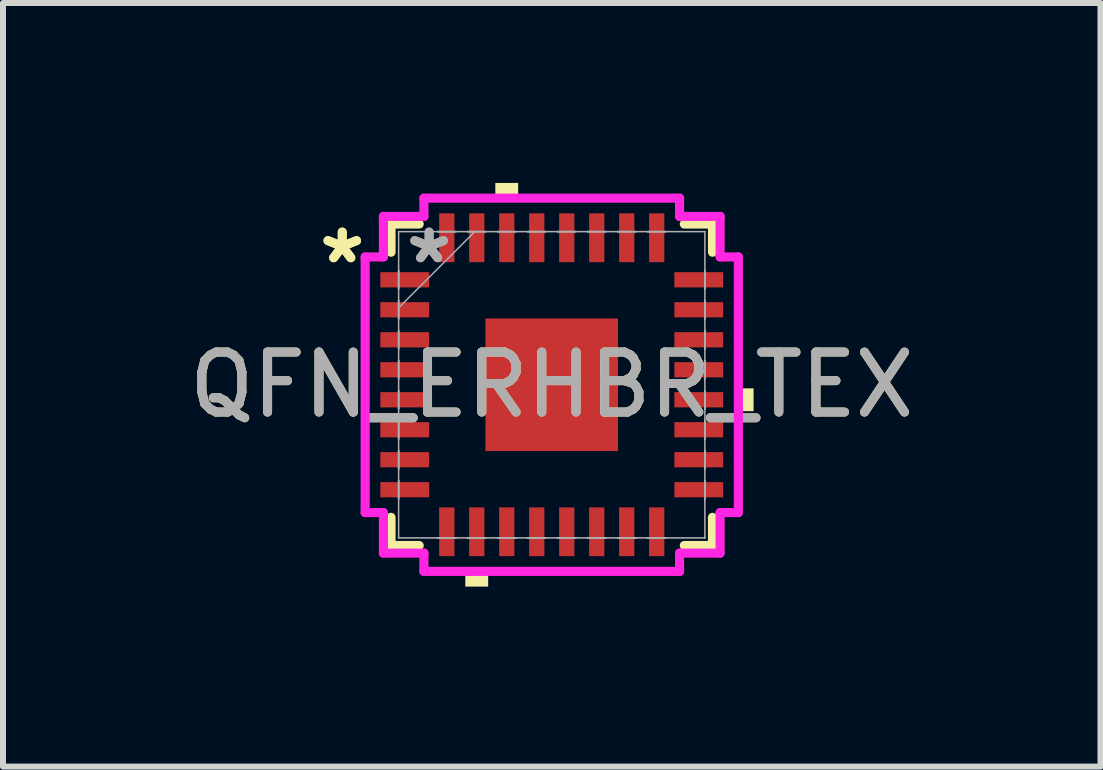
<source format=kicad_pcb>
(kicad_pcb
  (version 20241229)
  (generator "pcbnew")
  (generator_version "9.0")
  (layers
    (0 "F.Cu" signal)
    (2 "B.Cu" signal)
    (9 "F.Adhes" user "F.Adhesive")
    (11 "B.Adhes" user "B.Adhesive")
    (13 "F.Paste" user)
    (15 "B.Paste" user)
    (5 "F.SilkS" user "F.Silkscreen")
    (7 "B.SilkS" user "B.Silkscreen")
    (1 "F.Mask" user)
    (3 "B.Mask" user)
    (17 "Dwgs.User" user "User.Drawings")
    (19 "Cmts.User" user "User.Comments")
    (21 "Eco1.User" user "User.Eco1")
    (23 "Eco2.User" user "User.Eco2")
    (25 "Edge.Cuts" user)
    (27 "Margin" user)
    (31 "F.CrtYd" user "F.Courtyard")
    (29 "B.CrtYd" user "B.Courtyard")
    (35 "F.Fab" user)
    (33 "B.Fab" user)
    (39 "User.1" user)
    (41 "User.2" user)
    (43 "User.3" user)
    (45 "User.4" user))
  (footprint "QFN_ERHBR_TEX"
    (layer "F.Cu")
    (at 6.149 3.365)
    (property "Reference" "QFN_ERHBR_TEX" (at 0 0 0) (unlocked yes) (layer "F.SilkS") (effects (font (size 1 1) (thickness 0.15))))
    (attr smd)
    (fp_line (start -2.68 -2.68) (end -2.68 -2.21) (stroke (width 0.152) (type solid)) (layer "F.SilkS"))
    (fp_line (start -2.68 2.21) (end -2.68 2.68) (stroke (width 0.152) (type solid)) (layer "F.SilkS"))
    (fp_line (start -2.68 2.68) (end -2.21 2.68) (stroke (width 0.152) (type solid)) (layer "F.SilkS"))
    (fp_line (start -2.21 -2.68) (end -2.68 -2.68) (stroke (width 0.152) (type solid)) (layer "F.SilkS"))
    (fp_line (start 2.21 2.68) (end 2.68 2.68) (stroke (width 0.152) (type solid)) (layer "F.SilkS"))
    (fp_line (start 2.68 -2.68) (end 2.21 -2.68) (stroke (width 0.152) (type solid)) (layer "F.SilkS"))
    (fp_line (start 2.68 -2.21) (end 2.68 -2.68) (stroke (width 0.152) (type solid)) (layer "F.SilkS"))
    (fp_line (start 2.68 2.68) (end 2.68 2.21) (stroke (width 0.152) (type solid)) (layer "F.SilkS"))
    (fp_poly (pts (xy -1.441 3.111) (xy -1.441 3.365) (xy -1.06 3.365) (xy -1.06 3.111)) (stroke (width 0) (type solid)) (fill yes) (layer "F.SilkS"))
    (fp_poly (pts (xy -0.941 -3.111) (xy -0.941 -3.365) (xy -0.56 -3.365) (xy -0.56 -3.111)) (stroke (width 0) (type solid)) (fill yes) (layer "F.SilkS"))
    (fp_poly (pts (xy 3.365 0.06) (xy 3.365 0.441) (xy 3.111 0.441) (xy 3.111 0.06)) (stroke (width 0) (type solid)) (fill yes) (layer "F.SilkS"))
    (fp_line (start -3.111 -2.131) (end -2.807 -2.131) (stroke (width 0.152) (type solid)) (layer "F.CrtYd"))
    (fp_line (start -3.111 2.131) (end -3.111 -2.131) (stroke (width 0.152) (type solid)) (layer "F.CrtYd"))
    (fp_line (start -2.807 -2.807) (end -2.131 -2.807) (stroke (width 0.152) (type solid)) (layer "F.CrtYd"))
    (fp_line (start -2.807 -2.131) (end -2.807 -2.807) (stroke (width 0.152) (type solid)) (layer "F.CrtYd"))
    (fp_line (start -2.807 2.131) (end -3.111 2.131) (stroke (width 0.152) (type solid)) (layer "F.CrtYd"))
    (fp_line (start -2.807 2.807) (end -2.807 2.131) (stroke (width 0.152) (type solid)) (layer "F.CrtYd"))
    (fp_line (start -2.131 -3.111) (end 2.131 -3.111) (stroke (width 0.152) (type solid)) (layer "F.CrtYd"))
    (fp_line (start -2.131 -2.807) (end -2.131 -3.111) (stroke (width 0.152) (type solid)) (layer "F.CrtYd"))
    (fp_line (start -2.131 2.807) (end -2.807 2.807) (stroke (width 0.152) (type solid)) (layer "F.CrtYd"))
    (fp_line (start -2.131 3.111) (end -2.131 2.807) (stroke (width 0.152) (type solid)) (layer "F.CrtYd"))
    (fp_line (start 2.131 -3.111) (end 2.131 -2.807) (stroke (width 0.152) (type solid)) (layer "F.CrtYd"))
    (fp_line (start 2.131 -2.807) (end 2.807 -2.807) (stroke (width 0.152) (type solid)) (layer "F.CrtYd"))
    (fp_line (start 2.131 2.807) (end 2.131 3.111) (stroke (width 0.152) (type solid)) (layer "F.CrtYd"))
    (fp_line (start 2.131 3.111) (end -2.131 3.111) (stroke (width 0.152) (type solid)) (layer "F.CrtYd"))
    (fp_line (start 2.807 -2.807) (end 2.807 -2.131) (stroke (width 0.152) (type solid)) (layer "F.CrtYd"))
    (fp_line (start 2.807 -2.131) (end 3.111 -2.131) (stroke (width 0.152) (type solid)) (layer "F.CrtYd"))
    (fp_line (start 2.807 2.131) (end 2.807 2.807) (stroke (width 0.152) (type solid)) (layer "F.CrtYd"))
    (fp_line (start 2.807 2.807) (end 2.131 2.807) (stroke (width 0.152) (type solid)) (layer "F.CrtYd"))
    (fp_line (start 3.111 -2.131) (end 3.111 2.131) (stroke (width 0.152) (type solid)) (layer "F.CrtYd"))
    (fp_line (start 3.111 2.131) (end 2.807 2.131) (stroke (width 0.152) (type solid)) (layer "F.CrtYd"))
    (fp_line (start -2.553 -2.553) (end -2.553 -2.553) (stroke (width 0.025) (type solid)) (layer "F.Fab"))
    (fp_line (start -2.553 -2.553) (end -2.553 2.553) (stroke (width 0.025) (type solid)) (layer "F.Fab"))
    (fp_line (start -2.553 -1.903) (end -2.553 -1.903) (stroke (width 0.025) (type solid)) (layer "F.Fab"))
    (fp_line (start -2.553 -1.903) (end -2.553 -1.598) (stroke (width 0.025) (type solid)) (layer "F.Fab"))
    (fp_line (start -2.553 -1.598) (end -2.553 -1.903) (stroke (width 0.025) (type solid)) (layer "F.Fab"))
    (fp_line (start -2.553 -1.598) (end -2.553 -1.598) (stroke (width 0.025) (type solid)) (layer "F.Fab"))
    (fp_line (start -2.553 -1.403) (end -2.553 -1.403) (stroke (width 0.025) (type solid)) (layer "F.Fab"))
    (fp_line (start -2.553 -1.403) (end -2.553 -1.098) (stroke (width 0.025) (type solid)) (layer "F.Fab"))
    (fp_line (start -2.553 -1.283) (end -1.283 -2.553) (stroke (width 0.025) (type solid)) (layer "F.Fab"))
    (fp_line (start -2.553 -1.098) (end -2.553 -1.403) (stroke (width 0.025) (type solid)) (layer "F.Fab"))
    (fp_line (start -2.553 -1.098) (end -2.553 -1.098) (stroke (width 0.025) (type solid)) (layer "F.Fab"))
    (fp_line (start -2.553 -0.903) (end -2.553 -0.903) (stroke (width 0.025) (type solid)) (layer "F.Fab"))
    (fp_line (start -2.553 -0.903) (end -2.553 -0.598) (stroke (width 0.025) (type solid)) (layer "F.Fab"))
    (fp_line (start -2.553 -0.598) (end -2.553 -0.903) (stroke (width 0.025) (type solid)) (layer "F.Fab"))
    (fp_line (start -2.553 -0.598) (end -2.553 -0.598) (stroke (width 0.025) (type solid)) (layer "F.Fab"))
    (fp_line (start -2.553 -0.402) (end -2.553 -0.402) (stroke (width 0.025) (type solid)) (layer "F.Fab"))
    (fp_line (start -2.553 -0.402) (end -2.553 -0.098) (stroke (width 0.025) (type solid)) (layer "F.Fab"))
    (fp_line (start -2.553 -0.098) (end -2.553 -0.402) (stroke (width 0.025) (type solid)) (layer "F.Fab"))
    (fp_line (start -2.553 -0.098) (end -2.553 -0.098) (stroke (width 0.025) (type solid)) (layer "F.Fab"))
    (fp_line (start -2.553 0.098) (end -2.553 0.098) (stroke (width 0.025) (type solid)) (layer "F.Fab"))
    (fp_line (start -2.553 0.098) (end -2.553 0.402) (stroke (width 0.025) (type solid)) (layer "F.Fab"))
    (fp_line (start -2.553 0.402) (end -2.553 0.098) (stroke (width 0.025) (type solid)) (layer "F.Fab"))
    (fp_line (start -2.553 0.402) (end -2.553 0.402) (stroke (width 0.025) (type solid)) (layer "F.Fab"))
    (fp_line (start -2.553 0.598) (end -2.553 0.598) (stroke (width 0.025) (type solid)) (layer "F.Fab"))
    (fp_line (start -2.553 0.598) (end -2.553 0.903) (stroke (width 0.025) (type solid)) (layer "F.Fab"))
    (fp_line (start -2.553 0.903) (end -2.553 0.598) (stroke (width 0.025) (type solid)) (layer "F.Fab"))
    (fp_line (start -2.553 0.903) (end -2.553 0.903) (stroke (width 0.025) (type solid)) (layer "F.Fab"))
    (fp_line (start -2.553 1.098) (end -2.553 1.098) (stroke (width 0.025) (type solid)) (layer "F.Fab"))
    (fp_line (start -2.553 1.098) (end -2.553 1.403) (stroke (width 0.025) (type solid)) (layer "F.Fab"))
    (fp_line (start -2.553 1.403) (end -2.553 1.098) (stroke (width 0.025) (type solid)) (layer "F.Fab"))
    (fp_line (start -2.553 1.403) (end -2.553 1.403) (stroke (width 0.025) (type solid)) (layer "F.Fab"))
    (fp_line (start -2.553 1.598) (end -2.553 1.598) (stroke (width 0.025) (type solid)) (layer "F.Fab"))
    (fp_line (start -2.553 1.598) (end -2.553 1.903) (stroke (width 0.025) (type solid)) (layer "F.Fab"))
    (fp_line (start -2.553 1.903) (end -2.553 1.598) (stroke (width 0.025) (type solid)) (layer "F.Fab"))
    (fp_line (start -2.553 1.903) (end -2.553 1.903) (stroke (width 0.025) (type solid)) (layer "F.Fab"))
    (fp_line (start -2.553 2.553) (end -2.553 2.553) (stroke (width 0.025) (type solid)) (layer "F.Fab"))
    (fp_line (start -2.553 2.553) (end 2.553 2.553) (stroke (width 0.025) (type solid)) (layer "F.Fab"))
    (fp_line (start -1.903 -2.553) (end -1.903 -2.553) (stroke (width 0.025) (type solid)) (layer "F.Fab"))
    (fp_line (start -1.903 -2.553) (end -1.598 -2.553) (stroke (width 0.025) (type solid)) (layer "F.Fab"))
    (fp_line (start -1.903 2.553) (end -1.903 2.553) (stroke (width 0.025) (type solid)) (layer "F.Fab"))
    (fp_line (start -1.903 2.553) (end -1.598 2.553) (stroke (width 0.025) (type solid)) (layer "F.Fab"))
    (fp_line (start -1.598 -2.553) (end -1.903 -2.553) (stroke (width 0.025) (type solid)) (layer "F.Fab"))
    (fp_line (start -1.598 -2.553) (end -1.598 -2.553) (stroke (width 0.025) (type solid)) (layer "F.Fab"))
    (fp_line (start -1.598 2.553) (end -1.903 2.553) (stroke (width 0.025) (type solid)) (layer "F.Fab"))
    (fp_line (start -1.598 2.553) (end -1.598 2.553) (stroke (width 0.025) (type solid)) (layer "F.Fab"))
    (fp_line (start -1.403 -2.553) (end -1.403 -2.553) (stroke (width 0.025) (type solid)) (layer "F.Fab"))
    (fp_line (start -1.403 -2.553) (end -1.098 -2.553) (stroke (width 0.025) (type solid)) (layer "F.Fab"))
    (fp_line (start -1.403 2.553) (end -1.403 2.553) (stroke (width 0.025) (type solid)) (layer "F.Fab"))
    (fp_line (start -1.403 2.553) (end -1.098 2.553) (stroke (width 0.025) (type solid)) (layer "F.Fab"))
    (fp_line (start -1.098 -2.553) (end -1.403 -2.553) (stroke (width 0.025) (type solid)) (layer "F.Fab"))
    (fp_line (start -1.098 -2.553) (end -1.098 -2.553) (stroke (width 0.025) (type solid)) (layer "F.Fab"))
    (fp_line (start -1.098 2.553) (end -1.403 2.553) (stroke (width 0.025) (type solid)) (layer "F.Fab"))
    (fp_line (start -1.098 2.553) (end -1.098 2.553) (stroke (width 0.025) (type solid)) (layer "F.Fab"))
    (fp_line (start -0.903 -2.553) (end -0.903 -2.553) (stroke (width 0.025) (type solid)) (layer "F.Fab"))
    (fp_line (start -0.903 -2.553) (end -0.598 -2.553) (stroke (width 0.025) (type solid)) (layer "F.Fab"))
    (fp_line (start -0.903 2.553) (end -0.903 2.553) (stroke (width 0.025) (type solid)) (layer "F.Fab"))
    (fp_line (start -0.903 2.553) (end -0.598 2.553) (stroke (width 0.025) (type solid)) (layer "F.Fab"))
    (fp_line (start -0.598 -2.553) (end -0.903 -2.553) (stroke (width 0.025) (type solid)) (layer "F.Fab"))
    (fp_line (start -0.598 -2.553) (end -0.598 -2.553) (stroke (width 0.025) (type solid)) (layer "F.Fab"))
    (fp_line (start -0.598 2.553) (end -0.903 2.553) (stroke (width 0.025) (type solid)) (layer "F.Fab"))
    (fp_line (start -0.598 2.553) (end -0.598 2.553) (stroke (width 0.025) (type solid)) (layer "F.Fab"))
    (fp_line (start -0.402 -2.553) (end -0.402 -2.553) (stroke (width 0.025) (type solid)) (layer "F.Fab"))
    (fp_line (start -0.402 -2.553) (end -0.098 -2.553) (stroke (width 0.025) (type solid)) (layer "F.Fab"))
    (fp_line (start -0.402 2.553) (end -0.402 2.553) (stroke (width 0.025) (type solid)) (layer "F.Fab"))
    (fp_line (start -0.402 2.553) (end -0.098 2.553) (stroke (width 0.025) (type solid)) (layer "F.Fab"))
    (fp_line (start -0.098 -2.553) (end -0.402 -2.553) (stroke (width 0.025) (type solid)) (layer "F.Fab"))
    (fp_line (start -0.098 -2.553) (end -0.098 -2.553) (stroke (width 0.025) (type solid)) (layer "F.Fab"))
    (fp_line (start -0.098 2.553) (end -0.402 2.553) (stroke (width 0.025) (type solid)) (layer "F.Fab"))
    (fp_line (start -0.098 2.553) (end -0.098 2.553) (stroke (width 0.025) (type solid)) (layer "F.Fab"))
    (fp_line (start 0.098 -2.553) (end 0.098 -2.553) (stroke (width 0.025) (type solid)) (layer "F.Fab"))
    (fp_line (start 0.098 -2.553) (end 0.402 -2.553) (stroke (width 0.025) (type solid)) (layer "F.Fab"))
    (fp_line (start 0.098 2.553) (end 0.098 2.553) (stroke (width 0.025) (type solid)) (layer "F.Fab"))
    (fp_line (start 0.098 2.553) (end 0.402 2.553) (stroke (width 0.025) (type solid)) (layer "F.Fab"))
    (fp_line (start 0.402 -2.553) (end 0.098 -2.553) (stroke (width 0.025) (type solid)) (layer "F.Fab"))
    (fp_line (start 0.402 -2.553) (end 0.402 -2.553) (stroke (width 0.025) (type solid)) (layer "F.Fab"))
    (fp_line (start 0.402 2.553) (end 0.098 2.553) (stroke (width 0.025) (type solid)) (layer "F.Fab"))
    (fp_line (start 0.402 2.553) (end 0.402 2.553) (stroke (width 0.025) (type solid)) (layer "F.Fab"))
    (fp_line (start 0.598 -2.553) (end 0.598 -2.553) (stroke (width 0.025) (type solid)) (layer "F.Fab"))
    (fp_line (start 0.598 -2.553) (end 0.903 -2.553) (stroke (width 0.025) (type solid)) (layer "F.Fab"))
    (fp_line (start 0.598 2.553) (end 0.598 2.553) (stroke (width 0.025) (type solid)) (layer "F.Fab"))
    (fp_line (start 0.598 2.553) (end 0.903 2.553) (stroke (width 0.025) (type solid)) (layer "F.Fab"))
    (fp_line (start 0.903 -2.553) (end 0.598 -2.553) (stroke (width 0.025) (type solid)) (layer "F.Fab"))
    (fp_line (start 0.903 -2.553) (end 0.903 -2.553) (stroke (width 0.025) (type solid)) (layer "F.Fab"))
    (fp_line (start 0.903 2.553) (end 0.598 2.553) (stroke (width 0.025) (type solid)) (layer "F.Fab"))
    (fp_line (start 0.903 2.553) (end 0.903 2.553) (stroke (width 0.025) (type solid)) (layer "F.Fab"))
    (fp_line (start 1.098 -2.553) (end 1.098 -2.553) (stroke (width 0.025) (type solid)) (layer "F.Fab"))
    (fp_line (start 1.098 -2.553) (end 1.403 -2.553) (stroke (width 0.025) (type solid)) (layer "F.Fab"))
    (fp_line (start 1.098 2.553) (end 1.098 2.553) (stroke (width 0.025) (type solid)) (layer "F.Fab"))
    (fp_line (start 1.098 2.553) (end 1.403 2.553) (stroke (width 0.025) (type solid)) (layer "F.Fab"))
    (fp_line (start 1.403 -2.553) (end 1.098 -2.553) (stroke (width 0.025) (type solid)) (layer "F.Fab"))
    (fp_line (start 1.403 -2.553) (end 1.403 -2.553) (stroke (width 0.025) (type solid)) (layer "F.Fab"))
    (fp_line (start 1.403 2.553) (end 1.098 2.553) (stroke (width 0.025) (type solid)) (layer "F.Fab"))
    (fp_line (start 1.403 2.553) (end 1.403 2.553) (stroke (width 0.025) (type solid)) (layer "F.Fab"))
    (fp_line (start 1.598 -2.553) (end 1.598 -2.553) (stroke (width 0.025) (type solid)) (layer "F.Fab"))
    (fp_line (start 1.598 -2.553) (end 1.903 -2.553) (stroke (width 0.025) (type solid)) (layer "F.Fab"))
    (fp_line (start 1.598 2.553) (end 1.598 2.553) (stroke (width 0.025) (type solid)) (layer "F.Fab"))
    (fp_line (start 1.598 2.553) (end 1.903 2.553) (stroke (width 0.025) (type solid)) (layer "F.Fab"))
    (fp_line (start 1.903 -2.553) (end 1.598 -2.553) (stroke (width 0.025) (type solid)) (layer "F.Fab"))
    (fp_line (start 1.903 -2.553) (end 1.903 -2.553) (stroke (width 0.025) (type solid)) (layer "F.Fab"))
    (fp_line (start 1.903 2.553) (end 1.598 2.553) (stroke (width 0.025) (type solid)) (layer "F.Fab"))
    (fp_line (start 1.903 2.553) (end 1.903 2.553) (stroke (width 0.025) (type solid)) (layer "F.Fab"))
    (fp_line (start 2.553 -2.553) (end -2.553 -2.553) (stroke (width 0.025) (type solid)) (layer "F.Fab"))
    (fp_line (start 2.553 -2.553) (end 2.553 -2.553) (stroke (width 0.025) (type solid)) (layer "F.Fab"))
    (fp_line (start 2.553 -1.903) (end 2.553 -1.903) (stroke (width 0.025) (type solid)) (layer "F.Fab"))
    (fp_line (start 2.553 -1.903) (end 2.553 -1.598) (stroke (width 0.025) (type solid)) (layer "F.Fab"))
    (fp_line (start 2.553 -1.598) (end 2.553 -1.903) (stroke (width 0.025) (type solid)) (layer "F.Fab"))
    (fp_line (start 2.553 -1.598) (end 2.553 -1.598) (stroke (width 0.025) (type solid)) (layer "F.Fab"))
    (fp_line (start 2.553 -1.403) (end 2.553 -1.403) (stroke (width 0.025) (type solid)) (layer "F.Fab"))
    (fp_line (start 2.553 -1.403) (end 2.553 -1.098) (stroke (width 0.025) (type solid)) (layer "F.Fab"))
    (fp_line (start 2.553 -1.098) (end 2.553 -1.403) (stroke (width 0.025) (type solid)) (layer "F.Fab"))
    (fp_line (start 2.553 -1.098) (end 2.553 -1.098) (stroke (width 0.025) (type solid)) (layer "F.Fab"))
    (fp_line (start 2.553 -0.903) (end 2.553 -0.903) (stroke (width 0.025) (type solid)) (layer "F.Fab"))
    (fp_line (start 2.553 -0.903) (end 2.553 -0.598) (stroke (width 0.025) (type solid)) (layer "F.Fab"))
    (fp_line (start 2.553 -0.598) (end 2.553 -0.903) (stroke (width 0.025) (type solid)) (layer "F.Fab"))
    (fp_line (start 2.553 -0.598) (end 2.553 -0.598) (stroke (width 0.025) (type solid)) (layer "F.Fab"))
    (fp_line (start 2.553 -0.402) (end 2.553 -0.402) (stroke (width 0.025) (type solid)) (layer "F.Fab"))
    (fp_line (start 2.553 -0.402) (end 2.553 -0.098) (stroke (width 0.025) (type solid)) (layer "F.Fab"))
    (fp_line (start 2.553 -0.098) (end 2.553 -0.402) (stroke (width 0.025) (type solid)) (layer "F.Fab"))
    (fp_line (start 2.553 -0.098) (end 2.553 -0.098) (stroke (width 0.025) (type solid)) (layer "F.Fab"))
    (fp_line (start 2.553 0.098) (end 2.553 0.098) (stroke (width 0.025) (type solid)) (layer "F.Fab"))
    (fp_line (start 2.553 0.098) (end 2.553 0.402) (stroke (width 0.025) (type solid)) (layer "F.Fab"))
    (fp_line (start 2.553 0.402) (end 2.553 0.098) (stroke (width 0.025) (type solid)) (layer "F.Fab"))
    (fp_line (start 2.553 0.402) (end 2.553 0.402) (stroke (width 0.025) (type solid)) (layer "F.Fab"))
    (fp_line (start 2.553 0.598) (end 2.553 0.598) (stroke (width 0.025) (type solid)) (layer "F.Fab"))
    (fp_line (start 2.553 0.598) (end 2.553 0.903) (stroke (width 0.025) (type solid)) (layer "F.Fab"))
    (fp_line (start 2.553 0.903) (end 2.553 0.598) (stroke (width 0.025) (type solid)) (layer "F.Fab"))
    (fp_line (start 2.553 0.903) (end 2.553 0.903) (stroke (width 0.025) (type solid)) (layer "F.Fab"))
    (fp_line (start 2.553 1.098) (end 2.553 1.098) (stroke (width 0.025) (type solid)) (layer "F.Fab"))
    (fp_line (start 2.553 1.098) (end 2.553 1.403) (stroke (width 0.025) (type solid)) (layer "F.Fab"))
    (fp_line (start 2.553 1.403) (end 2.553 1.098) (stroke (width 0.025) (type solid)) (layer "F.Fab"))
    (fp_line (start 2.553 1.403) (end 2.553 1.403) (stroke (width 0.025) (type solid)) (layer "F.Fab"))
    (fp_line (start 2.553 1.598) (end 2.553 1.598) (stroke (width 0.025) (type solid)) (layer "F.Fab"))
    (fp_line (start 2.553 1.598) (end 2.553 1.903) (stroke (width 0.025) (type solid)) (layer "F.Fab"))
    (fp_line (start 2.553 1.903) (end 2.553 1.598) (stroke (width 0.025) (type solid)) (layer "F.Fab"))
    (fp_line (start 2.553 1.903) (end 2.553 1.903) (stroke (width 0.025) (type solid)) (layer "F.Fab"))
    (fp_line (start 2.553 2.553) (end 2.553 -2.553) (stroke (width 0.025) (type solid)) (layer "F.Fab"))
    (fp_line (start 2.553 2.553) (end 2.553 2.553) (stroke (width 0.025) (type solid)) (layer "F.Fab"))
    (fp_text user "*" (at -3.493 -2.001 0) (unlocked yes) (layer "F.SilkS") (effects (font (size 1 1) (thickness 0.15))))
    (fp_text user "*" (at -3.493 -2.001 0) (layer "F.SilkS") (effects (font (size 1 1) (thickness 0.15))))
    (fp_text user "${REFERENCE}" (at 0 0 0) (unlocked yes) (layer "F.Fab") (effects (font (size 1 1) (thickness 0.15))))
    (fp_text user "*" (at -2.045 -2.001 0) (layer "F.Fab") (effects (font (size 1 1) (thickness 0.15))))
    (fp_text user "*" (at -2.045 -2.001 0) (unlocked yes) (layer "F.Fab") (effects (font (size 1 1) (thickness 0.15))))
    (pad "1" smd rect (at -2.451 -1.75 90) (size 0.254 0.813) (layers "F.Cu" "F.Mask" "F.Paste"))
    (pad "2" smd rect (at -2.451 -1.25 90) (size 0.254 0.813) (layers "F.Cu" "F.Mask" "F.Paste"))
    (pad "3" smd rect (at -2.451 -0.75 90) (size 0.254 0.813) (layers "F.Cu" "F.Mask" "F.Paste"))
    (pad "4" smd rect (at -2.451 -0.25 90) (size 0.254 0.813) (layers "F.Cu" "F.Mask" "F.Paste"))
    (pad "5" smd rect (at -2.451 0.25 90) (size 0.254 0.813) (layers "F.Cu" "F.Mask" "F.Paste"))
    (pad "6" smd rect (at -2.451 0.75 90) (size 0.254 0.813) (layers "F.Cu" "F.Mask" "F.Paste"))
    (pad "7" smd rect (at -2.451 1.25 90) (size 0.254 0.813) (layers "F.Cu" "F.Mask" "F.Paste"))
    (pad "8" smd rect (at -2.451 1.75 90) (size 0.254 0.813) (layers "F.Cu" "F.Mask" "F.Paste"))
    (pad "9" smd rect (at -1.75 2.451) (size 0.254 0.813) (layers "F.Cu" "F.Mask" "F.Paste"))
    (pad "10" smd rect (at -1.25 2.451) (size 0.254 0.813) (layers "F.Cu" "F.Mask" "F.Paste"))
    (pad "11" smd rect (at -0.75 2.451) (size 0.254 0.813) (layers "F.Cu" "F.Mask" "F.Paste"))
    (pad "12" smd rect (at -0.25 2.451) (size 0.254 0.813) (layers "F.Cu" "F.Mask" "F.Paste"))
    (pad "13" smd rect (at 0.25 2.451) (size 0.254 0.813) (layers "F.Cu" "F.Mask" "F.Paste"))
    (pad "14" smd rect (at 0.75 2.451) (size 0.254 0.813) (layers "F.Cu" "F.Mask" "F.Paste"))
    (pad "15" smd rect (at 1.25 2.451) (size 0.254 0.813) (layers "F.Cu" "F.Mask" "F.Paste"))
    (pad "16" smd rect (at 1.75 2.451) (size 0.254 0.813) (layers "F.Cu" "F.Mask" "F.Paste"))
    (pad "17" smd rect (at 2.451 1.75 90) (size 0.254 0.813) (layers "F.Cu" "F.Mask" "F.Paste"))
    (pad "18" smd rect (at 2.451 1.25 90) (size 0.254 0.813) (layers "F.Cu" "F.Mask" "F.Paste"))
    (pad "19" smd rect (at 2.451 0.75 90) (size 0.254 0.813) (layers "F.Cu" "F.Mask" "F.Paste"))
    (pad "20" smd rect (at 2.451 0.25 90) (size 0.254 0.813) (layers "F.Cu" "F.Mask" "F.Paste"))
    (pad "21" smd rect (at 2.451 -0.25 90) (size 0.254 0.813) (layers "F.Cu" "F.Mask" "F.Paste"))
    (pad "22" smd rect (at 2.451 -0.75 90) (size 0.254 0.813) (layers "F.Cu" "F.Mask" "F.Paste"))
    (pad "23" smd rect (at 2.451 -1.25 90) (size 0.254 0.813) (layers "F.Cu" "F.Mask" "F.Paste"))
    (pad "24" smd rect (at 2.451 -1.75 90) (size 0.254 0.813) (layers "F.Cu" "F.Mask" "F.Paste"))
    (pad "25" smd rect (at 1.75 -2.451) (size 0.254 0.813) (layers "F.Cu" "F.Mask" "F.Paste"))
    (pad "26" smd rect (at 1.25 -2.451) (size 0.254 0.813) (layers "F.Cu" "F.Mask" "F.Paste"))
    (pad "27" smd rect (at 0.75 -2.451) (size 0.254 0.813) (layers "F.Cu" "F.Mask" "F.Paste"))
    (pad "28" smd rect (at 0.25 -2.451) (size 0.254 0.813) (layers "F.Cu" "F.Mask" "F.Paste"))
    (pad "29" smd rect (at -0.25 -2.451) (size 0.254 0.813) (layers "F.Cu" "F.Mask" "F.Paste"))
    (pad "30" smd rect (at -0.75 -2.451) (size 0.254 0.813) (layers "F.Cu" "F.Mask" "F.Paste"))
    (pad "31" smd rect (at -1.25 -2.451) (size 0.254 0.813) (layers "F.Cu" "F.Mask" "F.Paste"))
    (pad "32" smd rect (at -1.75 -2.451) (size 0.254 0.813) (layers "F.Cu" "F.Mask" "F.Paste"))
    (pad "33" smd rect (at 0 0) (size 2.21 2.21) (layers "F.Cu" "F.Mask" "F.Paste")))
  (gr_rect
    (start -3 -3)
    (end 15.298 9.731)
    (stroke (width 0.1) (type default))
    (fill no)
    (layer "Edge.Cuts")))
</source>
